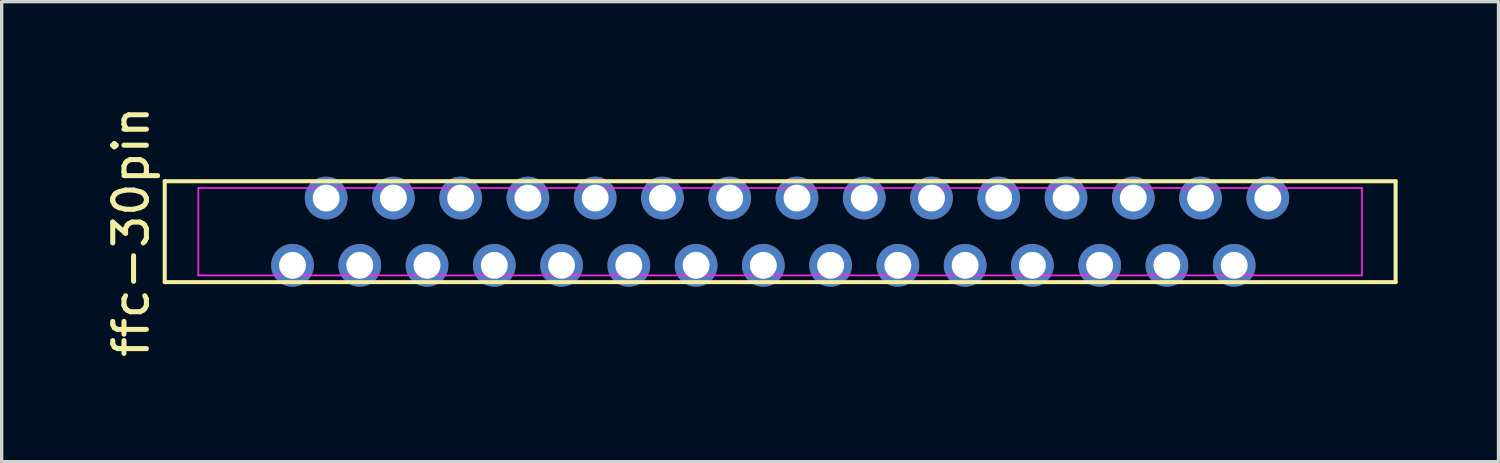
<source format=kicad_pcb>
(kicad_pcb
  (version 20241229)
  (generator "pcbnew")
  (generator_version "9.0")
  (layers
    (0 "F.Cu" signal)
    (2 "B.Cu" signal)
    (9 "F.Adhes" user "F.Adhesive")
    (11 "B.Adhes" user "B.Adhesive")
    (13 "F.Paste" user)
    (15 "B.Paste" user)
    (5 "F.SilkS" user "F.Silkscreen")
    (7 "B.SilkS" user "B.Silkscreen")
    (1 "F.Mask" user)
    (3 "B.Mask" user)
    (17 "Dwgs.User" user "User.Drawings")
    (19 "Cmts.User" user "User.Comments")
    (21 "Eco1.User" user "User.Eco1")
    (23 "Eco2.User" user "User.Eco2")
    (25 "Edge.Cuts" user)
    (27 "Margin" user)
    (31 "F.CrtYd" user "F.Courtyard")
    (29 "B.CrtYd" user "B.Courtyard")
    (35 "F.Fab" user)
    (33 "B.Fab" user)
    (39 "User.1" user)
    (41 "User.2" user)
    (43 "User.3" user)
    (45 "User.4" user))
  (footprint "ffc-30pin"
    (layer "F.Cu")
    (at 19.648 3.839)
    (property "Reference" "ffc-30pin" (at -18.8 0 90) (layer "F.SilkS") (effects (font (size 1 1) (thickness 0.15))))
    (fp_line (start -17.8 -1.5) (end -17.8 1.5) (stroke (width 0.12) (type solid)) (layer "F.SilkS"))
    (fp_line (start -17.8 1.5) (end 18.8 1.5) (stroke (width 0.12) (type solid)) (layer "F.SilkS"))
    (fp_line (start 18.8 -1.5) (end -17.8 -1.5) (stroke (width 0.12) (type solid)) (layer "F.SilkS"))
    (fp_line (start 18.8 1.5) (end 18.8 -1.5) (stroke (width 0.12) (type solid)) (layer "F.SilkS"))
    (fp_line (start -16.8 -1.3) (end 17.8 -1.3) (stroke (width 0.05) (type solid)) (layer "F.CrtYd"))
    (fp_line (start -16.8 1.3) (end -16.8 -1.3) (stroke (width 0.05) (type solid)) (layer "F.CrtYd"))
    (fp_line (start 17.8 -1.3) (end 17.8 1.3) (stroke (width 0.05) (type solid)) (layer "F.CrtYd"))
    (fp_line (start 17.8 1.3) (end -16.8 1.3) (stroke (width 0.05) (type solid)) (layer "F.CrtYd"))
    (pad "1" thru_hole circle (at -14 1) (size 1.27 1.27) (drill 0.8) (layers "*.Cu" "*.Mask"))
    (pad "2" thru_hole circle (at -13 -1) (size 1.27 1.27) (drill 0.8) (layers "*.Cu" "*.Mask"))
    (pad "3" thru_hole circle (at -12 1) (size 1.27 1.27) (drill 0.8) (layers "*.Cu" "*.Mask"))
    (pad "4" thru_hole circle (at -11 -1) (size 1.27 1.27) (drill 0.8) (layers "*.Cu" "*.Mask"))
    (pad "5" thru_hole circle (at -10 1) (size 1.27 1.27) (drill 0.8) (layers "*.Cu" "*.Mask"))
    (pad "6" thru_hole circle (at -9 -1) (size 1.27 1.27) (drill 0.8) (layers "*.Cu" "*.Mask"))
    (pad "7" thru_hole circle (at -8 1) (size 1.27 1.27) (drill 0.8) (layers "*.Cu" "*.Mask"))
    (pad "8" thru_hole circle (at -7 -1) (size 1.27 1.27) (drill 0.8) (layers "*.Cu" "*.Mask"))
    (pad "9" thru_hole circle (at -6 1) (size 1.27 1.27) (drill 0.8) (layers "*.Cu" "*.Mask"))
    (pad "10" thru_hole circle (at -5 -1) (size 1.27 1.27) (drill 0.8) (layers "*.Cu" "*.Mask"))
    (pad "11" thru_hole circle (at -4 1) (size 1.27 1.27) (drill 0.8) (layers "*.Cu" "*.Mask"))
    (pad "12" thru_hole circle (at -3 -1) (size 1.27 1.27) (drill 0.8) (layers "*.Cu" "*.Mask"))
    (pad "13" thru_hole circle (at -2 1) (size 1.27 1.27) (drill 0.8) (layers "*.Cu" "*.Mask"))
    (pad "14" thru_hole circle (at -1 -1) (size 1.27 1.27) (drill 0.8) (layers "*.Cu" "*.Mask"))
    (pad "15" thru_hole circle (at 0 1) (size 1.27 1.27) (drill 0.8) (layers "*.Cu" "*.Mask"))
    (pad "16" thru_hole circle (at 1 -1) (size 1.27 1.27) (drill 0.8) (layers "*.Cu" "*.Mask"))
    (pad "17" thru_hole circle (at 2 1) (size 1.27 1.27) (drill 0.8) (layers "*.Cu" "*.Mask"))
    (pad "18" thru_hole circle (at 3 -1) (size 1.27 1.27) (drill 0.8) (layers "*.Cu" "*.Mask"))
    (pad "19" thru_hole circle (at 4 1) (size 1.27 1.27) (drill 0.8) (layers "*.Cu" "*.Mask"))
    (pad "20" thru_hole circle (at 5 -1) (size 1.27 1.27) (drill 0.8) (layers "*.Cu" "*.Mask"))
    (pad "21" thru_hole circle (at 6 1) (size 1.27 1.27) (drill 0.8) (layers "*.Cu" "*.Mask"))
    (pad "22" thru_hole circle (at 7 -1) (size 1.27 1.27) (drill 0.8) (layers "*.Cu" "*.Mask"))
    (pad "23" thru_hole circle (at 8 1) (size 1.27 1.27) (drill 0.8) (layers "*.Cu" "*.Mask"))
    (pad "24" thru_hole circle (at 9 -1) (size 1.27 1.27) (drill 0.8) (layers "*.Cu" "*.Mask"))
    (pad "25" thru_hole circle (at 10 1) (size 1.27 1.27) (drill 0.8) (layers "*.Cu" "*.Mask"))
    (pad "26" thru_hole circle (at 11 -1) (size 1.27 1.27) (drill 0.8) (layers "*.Cu" "*.Mask"))
    (pad "27" thru_hole circle (at 12 1) (size 1.27 1.27) (drill 0.8) (layers "*.Cu" "*.Mask"))
    (pad "28" thru_hole circle (at 13 -1) (size 1.27 1.27) (drill 0.8) (layers "*.Cu" "*.Mask"))
    (pad "29" thru_hole circle (at 14 1) (size 1.27 1.27) (drill 0.8) (layers "*.Cu" "*.Mask"))
    (pad "30" thru_hole circle (at 15 -1) (size 1.27 1.27) (drill 0.8) (layers "*.Cu" "*.Mask")))
  (gr_rect
    (start -3 -3)
    (end 41.508 10.679)
    (stroke (width 0.1) (type default))
    (fill no)
    (layer "Edge.Cuts")))
</source>
